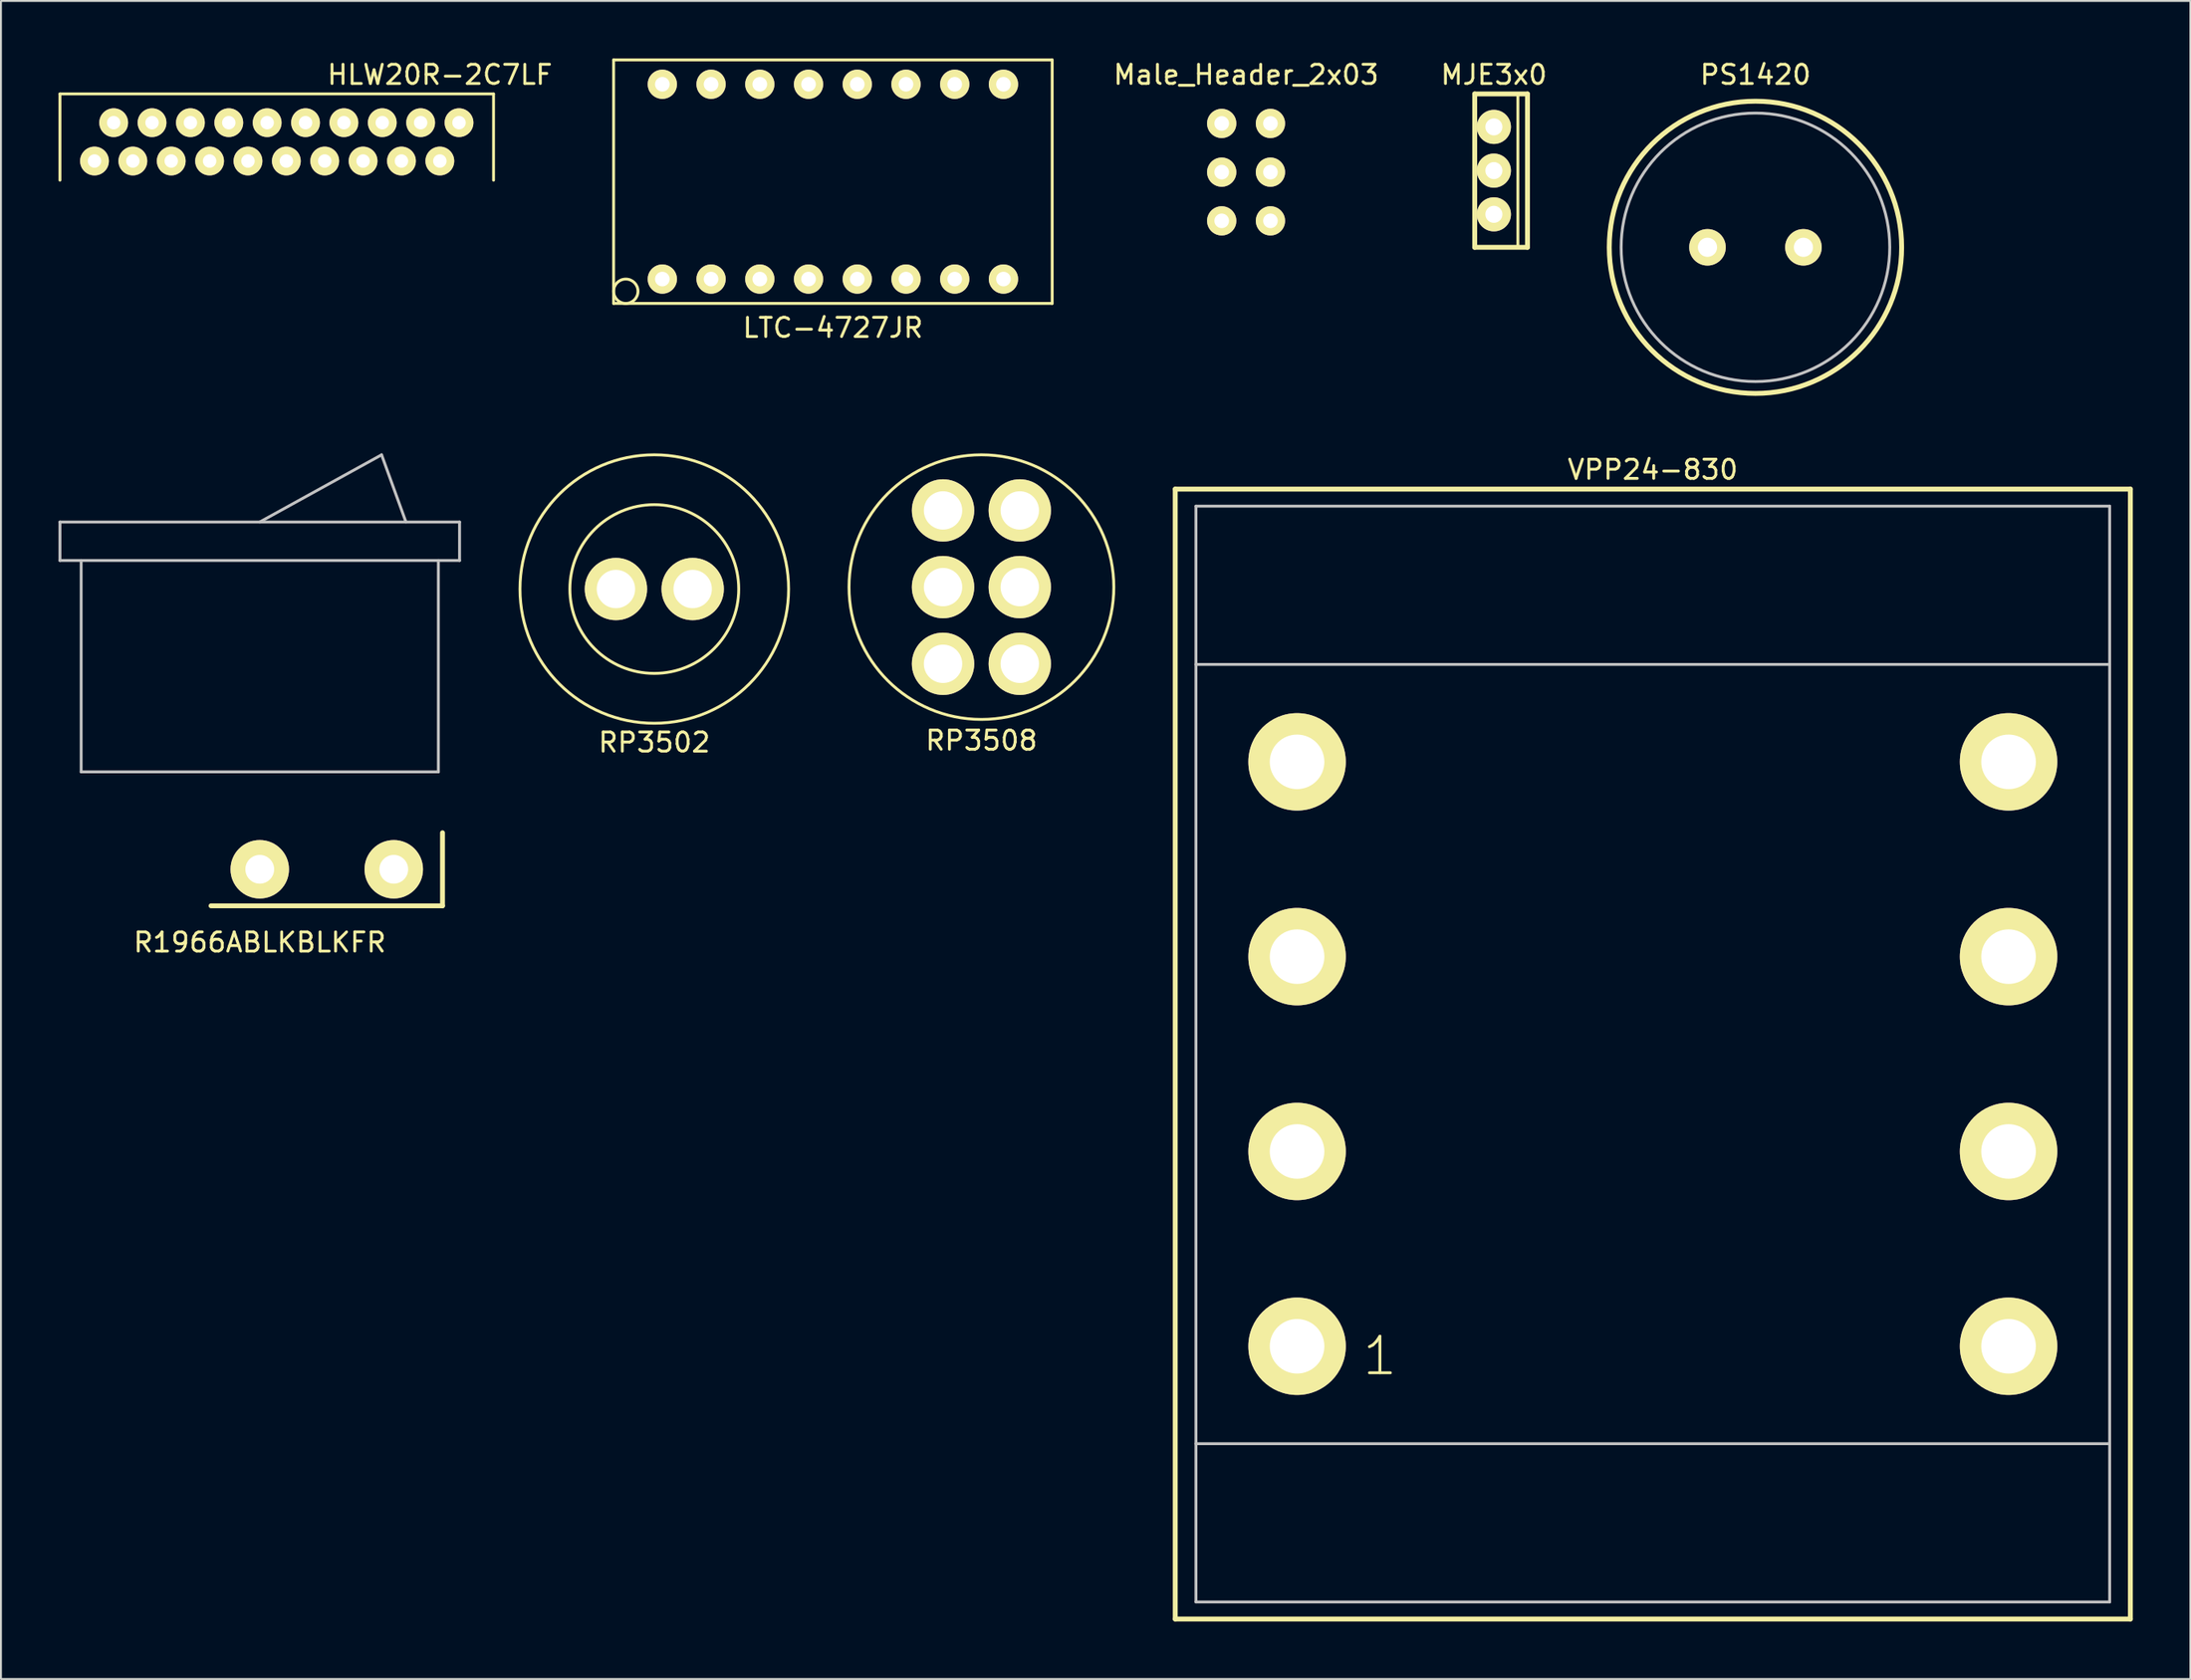
<source format=kicad_pcb>
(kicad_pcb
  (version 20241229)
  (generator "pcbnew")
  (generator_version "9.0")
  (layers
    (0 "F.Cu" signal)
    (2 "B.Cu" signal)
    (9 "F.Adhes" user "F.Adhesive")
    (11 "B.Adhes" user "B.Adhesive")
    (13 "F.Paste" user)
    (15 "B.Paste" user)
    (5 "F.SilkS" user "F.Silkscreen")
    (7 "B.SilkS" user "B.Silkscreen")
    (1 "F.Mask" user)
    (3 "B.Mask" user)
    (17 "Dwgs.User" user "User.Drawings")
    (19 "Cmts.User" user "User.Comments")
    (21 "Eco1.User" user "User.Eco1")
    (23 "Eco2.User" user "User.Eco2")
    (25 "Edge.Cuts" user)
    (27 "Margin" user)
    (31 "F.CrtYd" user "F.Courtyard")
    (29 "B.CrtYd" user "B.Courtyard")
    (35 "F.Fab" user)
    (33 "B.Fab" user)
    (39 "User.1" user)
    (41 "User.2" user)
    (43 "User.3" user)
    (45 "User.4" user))
  (footprint "PS1420"
    (layer "F.Cu")
    (at 88.447 9.848)
    (property "Reference" "PS1420" (at 0 -9 0) (layer "F.SilkS") (effects (font (size 1 1) (thickness 0.15))))
    (attr through_hole)
    (fp_circle (center 0 0) (end 7.62 0) (stroke (width 0.254) (type solid)) (fill no) (layer "F.SilkS"))
    (fp_circle (center 0 0) (end 7 0) (stroke (width 0.15) (type solid)) (fill no) (layer "Dwgs.User"))
    (pad "1" thru_hole circle (at -2.5 0) (size 1.905 1.905) (drill 1) (layers "*.Cu" "*.Mask" "F.SilkS"))
    (pad "2" thru_hole circle (at 2.5 0) (size 1.905 1.905) (drill 1) (layers "*.Cu" "*.Mask" "F.SilkS")))
  (footprint "RP3508"
    (layer "F.Cu")
    (at 48.103 27.57)
    (property "Reference" "RP3508" (at 0 8 0) (layer "F.SilkS") (effects (font (size 1 1) (thickness 0.15))))
    (attr through_hole)
    (fp_circle (center 0 0) (end 6.9 0) (stroke (width 0.15) (type solid)) (fill no) (layer "F.SilkS"))
    (pad "1" thru_hole circle (at -2 -4) (size 3.25 3.25) (drill 2) (layers "*.Cu" "*.Mask" "F.SilkS"))
    (pad "2" thru_hole circle (at 2 -4) (size 3.25 3.25) (drill 2) (layers "*.Cu" "*.Mask" "F.SilkS"))
    (pad "11" thru_hole circle (at -2 4) (size 3.25 3.25) (drill 2) (layers "*.Cu" "*.Mask" "F.SilkS"))
    (pad "12" thru_hole circle (at 2 4) (size 3.25 3.25) (drill 2) (layers "*.Cu" "*.Mask" "F.SilkS"))
    (pad "L1" thru_hole circle (at -2 0) (size 3.25 3.25) (drill 2) (layers "*.Cu" "*.Mask" "F.SilkS"))
    (pad "L2" thru_hole circle (at 2 0) (size 3.25 3.25) (drill 2) (layers "*.Cu" "*.Mask" "F.SilkS")))
  (footprint "MJE3x0"
    (layer "F.Cu")
    (at 74.814 5.848)
    (property "Reference" "MJE3x0" (at 0 -5 0) (layer "F.SilkS") (effects (font (size 1 1) (thickness 0.15))))
    (attr through_hole)
    (fp_line (start -1 -4) (end 1.75 -4) (stroke (width 0.254) (type solid)) (layer "F.SilkS"))
    (fp_line (start -1 4) (end -1 -4) (stroke (width 0.254) (type solid)) (layer "F.SilkS"))
    (fp_line (start 1.25 -4) (end 1.25 4) (stroke (width 0.15) (type solid)) (layer "F.SilkS"))
    (fp_line (start 1.75 -4) (end 1.75 4) (stroke (width 0.254) (type solid)) (layer "F.SilkS"))
    (fp_line (start 1.75 4) (end -1 4) (stroke (width 0.254) (type solid)) (layer "F.SilkS"))
    (pad "1" thru_hole circle (at 0 -2.28) (size 1.778 1.778) (drill 0.889) (layers "*.Cu" "*.Mask" "F.SilkS"))
    (pad "2" thru_hole circle (at 0 0) (size 1.778 1.778) (drill 0.889) (layers "*.Cu" "*.Mask" "F.SilkS"))
    (pad "3" thru_hole circle (at 0 2.28) (size 1.778 1.778) (drill 0.889) (layers "*.Cu" "*.Mask" "F.SilkS")))
  (footprint "HLW20R-2C7LF"
    (layer "F.Cu")
    (at 11.375 4.348)
    (property "Reference" "HLW20R-2C7LF" (at 8.5 -3.5 0) (layer "F.SilkS") (effects (font (size 1 1) (thickness 0.15))))
    (attr through_hole)
    (fp_line (start -11.3 -2.5) (end -11.3 2) (stroke (width 0.15) (type solid)) (layer "F.SilkS"))
    (fp_line (start -11.3 -2.5) (end 11.3 -2.5) (stroke (width 0.15) (type solid)) (layer "F.SilkS"))
    (fp_line (start 11.3 -2.5) (end 11.3 2) (stroke (width 0.15) (type solid)) (layer "F.SilkS"))
    (pad "1" thru_hole circle (at -9.5 1) (size 1.5 1.5) (drill 0.7) (layers "*.Cu" "*.Mask" "F.SilkS"))
    (pad "2" thru_hole circle (at -8.5 -1) (size 1.5 1.5) (drill 0.7) (layers "*.Cu" "*.Mask" "F.SilkS"))
    (pad "3" thru_hole circle (at -7.5 1) (size 1.5 1.5) (drill 0.7) (layers "*.Cu" "*.Mask" "F.SilkS"))
    (pad "4" thru_hole circle (at -6.5 -1) (size 1.5 1.5) (drill 0.7) (layers "*.Cu" "*.Mask" "F.SilkS"))
    (pad "5" thru_hole circle (at -5.5 1) (size 1.5 1.5) (drill 0.7) (layers "*.Cu" "*.Mask" "F.SilkS"))
    (pad "6" thru_hole circle (at -4.5 -1) (size 1.5 1.5) (drill 0.7) (layers "*.Cu" "*.Mask" "F.SilkS"))
    (pad "7" thru_hole circle (at -3.5 1) (size 1.5 1.5) (drill 0.7) (layers "*.Cu" "*.Mask" "F.SilkS"))
    (pad "8" thru_hole circle (at -2.5 -1) (size 1.5 1.5) (drill 0.7) (layers "*.Cu" "*.Mask" "F.SilkS"))
    (pad "9" thru_hole circle (at -1.5 1) (size 1.5 1.5) (drill 0.7) (layers "*.Cu" "*.Mask" "F.SilkS"))
    (pad "10" thru_hole circle (at -0.5 -1) (size 1.5 1.5) (drill 0.7) (layers "*.Cu" "*.Mask" "F.SilkS"))
    (pad "11" thru_hole circle (at 0.5 1) (size 1.5 1.5) (drill 0.7) (layers "*.Cu" "*.Mask" "F.SilkS"))
    (pad "12" thru_hole circle (at 1.5 -1) (size 1.5 1.5) (drill 0.7) (layers "*.Cu" "*.Mask" "F.SilkS"))
    (pad "13" thru_hole circle (at 2.5 1) (size 1.5 1.5) (drill 0.7) (layers "*.Cu" "*.Mask" "F.SilkS"))
    (pad "14" thru_hole circle (at 3.5 -1) (size 1.5 1.5) (drill 0.7) (layers "*.Cu" "*.Mask" "F.SilkS"))
    (pad "15" thru_hole circle (at 4.5 1) (size 1.5 1.5) (drill 0.7) (layers "*.Cu" "*.Mask" "F.SilkS"))
    (pad "16" thru_hole circle (at 5.5 -1) (size 1.5 1.5) (drill 0.7) (layers "*.Cu" "*.Mask" "F.SilkS"))
    (pad "17" thru_hole circle (at 6.5 1) (size 1.5 1.5) (drill 0.7) (layers "*.Cu" "*.Mask" "F.SilkS"))
    (pad "18" thru_hole circle (at 7.5 -1) (size 1.5 1.5) (drill 0.7) (layers "*.Cu" "*.Mask" "F.SilkS"))
    (pad "19" thru_hole circle (at 8.5 1) (size 1.5 1.5) (drill 0.7) (layers "*.Cu" "*.Mask" "F.SilkS"))
    (pad "20" thru_hole circle (at 9.5 -1) (size 1.5 1.5) (drill 0.7) (layers "*.Cu" "*.Mask" "F.SilkS")))
  (footprint "VPP24-830"
    (layer "F.Cu")
    (at 83.097 51.923)
    (property "Reference" "VPP24-830" (at 0 -30.48 0) (layer "F.SilkS") (effects (font (size 1 1) (thickness 0.15))))
    (attr through_hole)
    (fp_line (start -24.892 -29.464) (end -24.892 29.464) (stroke (width 0.254) (type solid)) (layer "F.SilkS"))
    (fp_line (start -24.892 29.464) (end 24.892 29.464) (stroke (width 0.254) (type solid)) (layer "F.SilkS"))
    (fp_line (start 24.892 -29.464) (end -24.892 -29.464) (stroke (width 0.254) (type solid)) (layer "F.SilkS"))
    (fp_line (start 24.892 29.464) (end 24.892 -29.464) (stroke (width 0.254) (type solid)) (layer "F.SilkS"))
    (fp_line (start -23.812 -28.575) (end 23.812 -28.575) (stroke (width 0.15) (type solid)) (layer "Dwgs.User"))
    (fp_line (start -23.812 -20.32) (end 23.812 -20.32) (stroke (width 0.15) (type solid)) (layer "Dwgs.User"))
    (fp_line (start -23.812 20.32) (end 23.812 20.32) (stroke (width 0.15) (type solid)) (layer "Dwgs.User"))
    (fp_line (start -23.812 28.575) (end -23.812 -28.575) (stroke (width 0.15) (type solid)) (layer "Dwgs.User"))
    (fp_line (start 23.812 -28.575) (end 23.812 28.575) (stroke (width 0.15) (type solid)) (layer "Dwgs.User"))
    (fp_line (start 23.812 28.575) (end -23.812 28.575) (stroke (width 0.15) (type solid)) (layer "Dwgs.User"))
    (fp_text user "1" (at -14.224 15.748 0) (layer "F.SilkS") (effects (font (size 1.905 1.905) (thickness 0.15))))
    (pad "1" thru_hole circle (at -18.542 15.24) (size 5.08 5.08) (drill 2.845) (layers "*.Cu" "*.Mask" "F.SilkS"))
    (pad "3" thru_hole circle (at -18.542 5.08) (size 5.08 5.08) (drill 2.845) (layers "*.Cu" "*.Mask" "F.SilkS"))
    (pad "4" thru_hole circle (at -18.542 -5.08) (size 5.08 5.08) (drill 2.845) (layers "*.Cu" "*.Mask" "F.SilkS"))
    (pad "6" thru_hole circle (at -18.542 -15.24) (size 5.08 5.08) (drill 2.845) (layers "*.Cu" "*.Mask" "F.SilkS"))
    (pad "7" thru_hole circle (at 18.542 15.24) (size 5.08 5.08) (drill 2.845) (layers "*.Cu" "*.Mask" "F.SilkS"))
    (pad "9" thru_hole circle (at 18.542 5.08) (size 5.08 5.08) (drill 2.845) (layers "*.Cu" "*.Mask" "F.SilkS"))
    (pad "10" thru_hole circle (at 18.542 -5.08) (size 5.08 5.08) (drill 2.845) (layers "*.Cu" "*.Mask" "F.SilkS"))
    (pad "12" thru_hole circle (at 18.542 -15.24) (size 5.08 5.08) (drill 2.845) (layers "*.Cu" "*.Mask" "F.SilkS")))
  (footprint "LTC-4727JR"
    (layer "F.Cu")
    (at 40.362 6.425)
    (property "Reference" "LTC-4727JR" (at 0 7.62 0) (layer "F.SilkS") (effects (font (size 1 1) (thickness 0.15))))
    (attr through_hole)
    (fp_line (start -11.43 -6.35) (end -11.43 6.35) (stroke (width 0.15) (type solid)) (layer "F.SilkS"))
    (fp_line (start -11.43 6.35) (end 11.43 6.35) (stroke (width 0.15) (type solid)) (layer "F.SilkS"))
    (fp_line (start 11.43 -6.35) (end -11.43 -6.35) (stroke (width 0.15) (type solid)) (layer "F.SilkS"))
    (fp_line (start 11.43 6.35) (end 11.43 -6.35) (stroke (width 0.15) (type solid)) (layer "F.SilkS"))
    (fp_circle (center -10.795 5.715) (end -10.16 5.715) (stroke (width 0.15) (type solid)) (fill no) (layer "F.SilkS"))
    (pad "1" thru_hole circle (at -8.89 5.08) (size 1.524 1.524) (drill 0.762) (layers "*.Cu" "*.Mask" "F.SilkS"))
    (pad "2" thru_hole circle (at -6.35 5.08) (size 1.524 1.524) (drill 0.762) (layers "*.Cu" "*.Mask" "F.SilkS"))
    (pad "3" thru_hole circle (at -3.81 5.08) (size 1.524 1.524) (drill 0.762) (layers "*.Cu" "*.Mask" "F.SilkS"))
    (pad "4" thru_hole circle (at -1.27 5.08) (size 1.524 1.524) (drill 0.762) (layers "*.Cu" "*.Mask" "F.SilkS"))
    (pad "5" thru_hole circle (at 1.27 5.08) (size 1.524 1.524) (drill 0.762) (layers "*.Cu" "*.Mask" "F.SilkS"))
    (pad "6" thru_hole circle (at 3.81 5.08) (size 1.524 1.524) (drill 0.762) (layers "*.Cu" "*.Mask" "F.SilkS"))
    (pad "7" thru_hole circle (at 6.35 5.08) (size 1.524 1.524) (drill 0.762) (layers "*.Cu" "*.Mask" "F.SilkS"))
    (pad "8" thru_hole circle (at 8.89 5.08) (size 1.524 1.524) (drill 0.762) (layers "*.Cu" "*.Mask" "F.SilkS"))
    (pad "9" thru_hole circle (at 8.89 -5.08) (size 1.524 1.524) (drill 0.762) (layers "*.Cu" "*.Mask" "F.SilkS"))
    (pad "10" thru_hole circle (at 6.35 -5.08) (size 1.524 1.524) (drill 0.762) (layers "*.Cu" "*.Mask" "F.SilkS"))
    (pad "11" thru_hole circle (at 3.81 -5.08) (size 1.524 1.524) (drill 0.762) (layers "*.Cu" "*.Mask" "F.SilkS"))
    (pad "12" thru_hole circle (at 1.27 -5.08) (size 1.524 1.524) (drill 0.762) (layers "*.Cu" "*.Mask" "F.SilkS"))
    (pad "13" thru_hole circle (at -1.27 -5.08) (size 1.524 1.524) (drill 0.762) (layers "*.Cu" "*.Mask" "F.SilkS"))
    (pad "14" thru_hole circle (at -3.81 -5.08) (size 1.524 1.524) (drill 0.762) (layers "*.Cu" "*.Mask" "F.SilkS"))
    (pad "15" thru_hole circle (at -6.35 -5.08) (size 1.524 1.524) (drill 0.762) (layers "*.Cu" "*.Mask" "F.SilkS"))
    (pad "16" thru_hole circle (at -8.89 -5.08) (size 1.524 1.524) (drill 0.762) (layers "*.Cu" "*.Mask" "F.SilkS")))
  (footprint "RP3502"
    (layer "F.Cu")
    (at 31.053 27.67)
    (property "Reference" "RP3502" (at 0 8 0) (layer "F.SilkS") (effects (font (size 1 1) (thickness 0.15))))
    (attr through_hole)
    (fp_circle (center 0 0) (end 4.4 0) (stroke (width 0.15) (type solid)) (fill no) (layer "F.SilkS"))
    (fp_circle (center 0 0) (end 7 0) (stroke (width 0.15) (type solid)) (fill no) (layer "F.SilkS"))
    (pad "1" thru_hole circle (at -2 0) (size 3.25 3.25) (drill 2) (layers "*.Cu" "*.Mask" "F.SilkS"))
    (pad "2" thru_hole circle (at 2 0) (size 3.25 3.25) (drill 2) (layers "*.Cu" "*.Mask" "F.SilkS")))
  (footprint "Male_Header_2x03"
    (layer "F.Cu")
    (at 61.897 5.928)
    (property "Reference" "Male_Header_2x03" (at 0 -5.08 0) (layer "F.SilkS") (effects (font (size 1 1) (thickness 0.15))))
    (attr through_hole)
    (pad "1" thru_hole circle (at -1.27 -2.54) (size 1.524 1.524) (drill 0.762) (layers "*.Cu" "*.Mask" "F.SilkS"))
    (pad "2" thru_hole circle (at 1.27 -2.54) (size 1.524 1.524) (drill 0.762) (layers "*.Cu" "*.Mask" "F.SilkS"))
    (pad "3" thru_hole circle (at -1.27 0) (size 1.524 1.524) (drill 0.762) (layers "*.Cu" "*.Mask" "F.SilkS"))
    (pad "4" thru_hole circle (at 1.27 0) (size 1.524 1.524) (drill 0.762) (layers "*.Cu" "*.Mask" "F.SilkS"))
    (pad "5" thru_hole circle (at -1.27 2.54) (size 1.524 1.524) (drill 0.762) (layers "*.Cu" "*.Mask" "F.SilkS"))
    (pad "6" thru_hole circle (at 1.27 2.54) (size 1.524 1.524) (drill 0.762) (layers "*.Cu" "*.Mask" "F.SilkS")))
  (footprint "R1966ABLKBLKFR"
    (layer "F.Cu")
    (at 10.489 26.182)
    (property "Reference" "R1966ABLKBLKFR" (at 0 19.914 0) (layer "F.SilkS") (effects (font (size 1 1) (thickness 0.15))))
    (attr through_hole)
    (fp_line (start -2.54 18.009) (end 9.525 18.009) (stroke (width 0.254) (type solid)) (layer "F.SilkS"))
    (fp_line (start 9.525 18.009) (end 9.525 14.199) (stroke (width 0.254) (type solid)) (layer "F.SilkS"))
    (fp_line (start -10.414 -2.007) (end 10.414 -2.007) (stroke (width 0.15) (type solid)) (layer "Dwgs.User"))
    (fp_line (start -10.414 0) (end -10.414 -2.007) (stroke (width 0.15) (type solid)) (layer "Dwgs.User"))
    (fp_line (start -10.414 0) (end 10.414 0) (stroke (width 0.15) (type solid)) (layer "Dwgs.User"))
    (fp_line (start -9.309 0) (end -9.309 11.024) (stroke (width 0.15) (type solid)) (layer "Dwgs.User"))
    (fp_line (start -9.309 11.024) (end 9.309 11.024) (stroke (width 0.15) (type solid)) (layer "Dwgs.User"))
    (fp_line (start 0 -2.007) (end 6.35 -5.512) (stroke (width 0.15) (type solid)) (layer "Dwgs.User"))
    (fp_line (start 6.35 -5.512) (end 7.62 -2.007) (stroke (width 0.15) (type solid)) (layer "Dwgs.User"))
    (fp_line (start 9.309 11.024) (end 9.309 0) (stroke (width 0.15) (type solid)) (layer "Dwgs.User"))
    (fp_line (start 10.414 -2.007) (end 10.414 0) (stroke (width 0.15) (type solid)) (layer "Dwgs.User"))
    (pad "1" thru_hole circle (at 0 16.104) (size 3.048 3.048) (drill 1.499) (layers "*.Cu" "*.Mask" "F.SilkS"))
    (pad "2" thru_hole circle (at 6.985 16.104) (size 3.048 3.048) (drill 1.499) (layers "*.Cu" "*.Mask" "F.SilkS")))
  (gr_rect
    (start -3 -3)
    (end 111.116 84.514)
    (stroke (width 0.1) (type default))
    (fill no)
    (layer "Edge.Cuts")))
</source>
